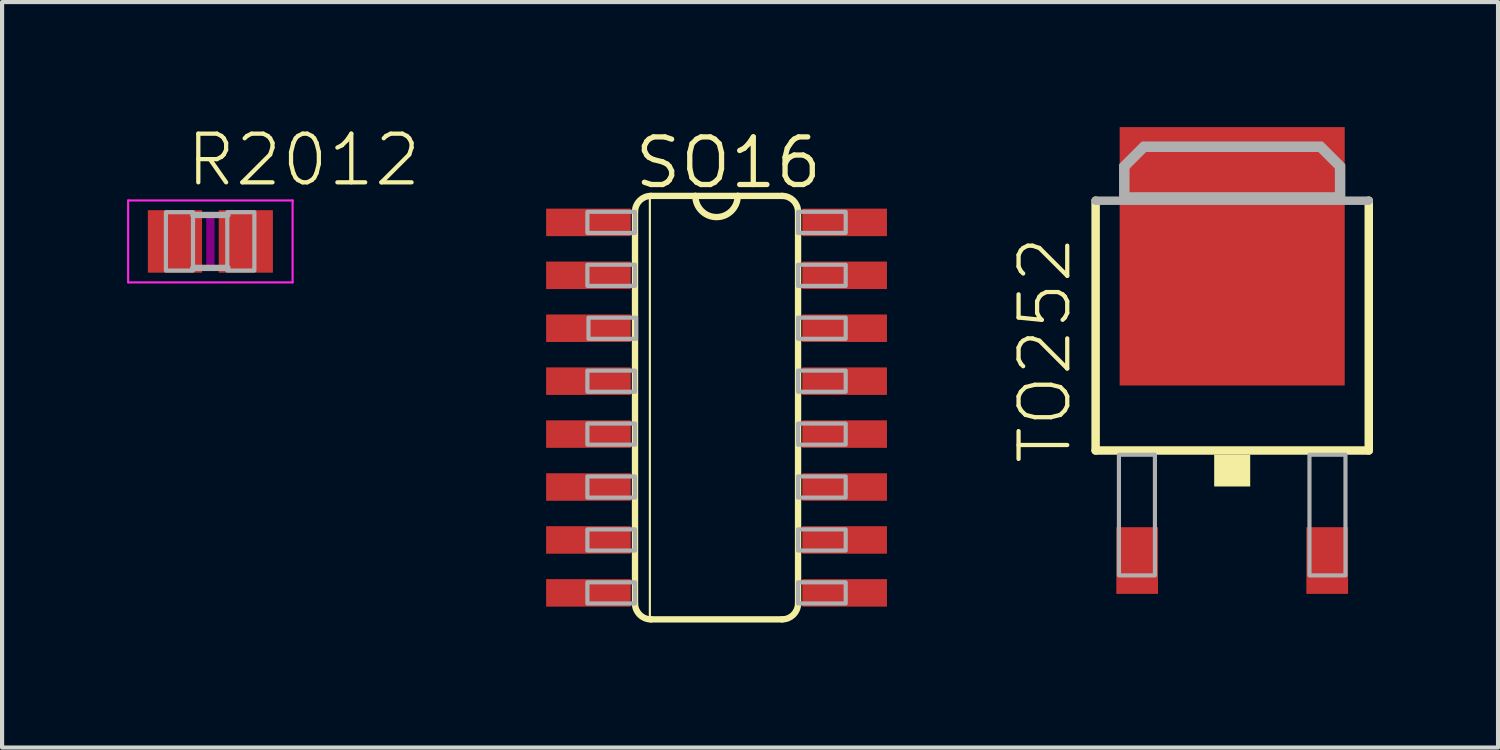
<source format=kicad_pcb>
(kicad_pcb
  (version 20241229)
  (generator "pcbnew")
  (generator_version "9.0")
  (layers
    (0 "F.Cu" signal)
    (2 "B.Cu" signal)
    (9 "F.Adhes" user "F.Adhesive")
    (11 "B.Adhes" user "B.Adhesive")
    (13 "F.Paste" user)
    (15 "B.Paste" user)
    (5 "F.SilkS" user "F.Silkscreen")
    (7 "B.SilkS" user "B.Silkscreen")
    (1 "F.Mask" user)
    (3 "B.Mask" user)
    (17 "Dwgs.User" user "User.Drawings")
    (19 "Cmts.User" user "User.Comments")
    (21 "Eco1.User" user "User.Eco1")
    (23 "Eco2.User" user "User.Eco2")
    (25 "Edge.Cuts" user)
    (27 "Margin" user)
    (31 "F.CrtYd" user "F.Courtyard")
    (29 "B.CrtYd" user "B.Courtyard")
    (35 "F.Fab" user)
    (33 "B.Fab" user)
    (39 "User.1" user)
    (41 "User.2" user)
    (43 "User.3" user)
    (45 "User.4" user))
  (footprint "SO16"
    (layer "F.Cu")
    (at 11.603 2.286)
    (property "Reference" "SO16" (at 0.508 -0.762 0) (layer "F.SilkS") (effects (font (size 1.143 1.143) (thickness 0.127)) (justify left bottom)))
    (fp_line (start 0.584 -0.254) (end 0.584 9.144) (stroke (width 0.152) (type solid)) (layer "F.SilkS"))
    (fp_line (start 0.94 -0.635) (end 0.94 9.525) (stroke (width 0.051) (type solid)) (layer "F.SilkS"))
    (fp_line (start 0.965 9.525) (end 4.115 9.525) (stroke (width 0.152) (type solid)) (layer "F.SilkS"))
    (fp_line (start 2.032 -0.635) (end 0.965 -0.635) (stroke (width 0.152) (type solid)) (layer "F.SilkS"))
    (fp_line (start 3.048 -0.635) (end 2.032 -0.635) (stroke (width 0.152) (type solid)) (layer "F.SilkS"))
    (fp_line (start 4.115 -0.635) (end 3.048 -0.635) (stroke (width 0.152) (type solid)) (layer "F.SilkS"))
    (fp_line (start 4.496 9.144) (end 4.496 -0.254) (stroke (width 0.152) (type solid)) (layer "F.SilkS"))
    (fp_arc (start 0.584199 -0.253999) (mid 0.695792 -0.523407) (end 0.9652 -0.635) (stroke (width 0.1524) (type solid)) (layer "F.SilkS"))
    (fp_arc (start 0.9652 9.525) (mid 0.695792 9.413408) (end 0.5842 9.144) (stroke (width 0.1524) (type solid)) (layer "F.SilkS"))
    (fp_arc (start 3.048 -0.635) (mid 2.54 -0.127) (end 2.032 -0.635) (stroke (width 0.1524) (type solid)) (layer "F.SilkS"))
    (fp_arc (start 4.1148 -0.635) (mid 4.384208 -0.523407) (end 4.495801 -0.253999) (stroke (width 0.1524) (type solid)) (layer "F.SilkS"))
    (fp_arc (start 4.4958 9.144) (mid 4.384208 9.413408) (end 4.1148 9.525) (stroke (width 0.1524) (type solid)) (layer "F.SilkS"))
    (fp_poly (pts (xy -0.559 -0.254) (xy -0.559 0.254) (xy 0.584 0.254) (xy 0.584 -0.254)) (stroke (width 0.1) (type solid)) (fill no) (layer "F.Fab"))
    (fp_poly (pts (xy -0.559 1.016) (xy -0.559 1.524) (xy 0.584 1.524) (xy 0.584 1.016)) (stroke (width 0.1) (type solid)) (fill no) (layer "F.Fab"))
    (fp_poly (pts (xy -0.559 3.556) (xy -0.559 4.064) (xy 0.584 4.064) (xy 0.584 3.556)) (stroke (width 0.1) (type solid)) (fill no) (layer "F.Fab"))
    (fp_poly (pts (xy -0.559 4.826) (xy -0.559 5.334) (xy 0.584 5.334) (xy 0.584 4.826)) (stroke (width 0.1) (type solid)) (fill no) (layer "F.Fab"))
    (fp_poly (pts (xy -0.559 6.096) (xy -0.559 6.604) (xy 0.584 6.604) (xy 0.584 6.096)) (stroke (width 0.1) (type solid)) (fill no) (layer "F.Fab"))
    (fp_poly (pts (xy -0.559 7.366) (xy -0.559 7.874) (xy 0.584 7.874) (xy 0.584 7.366)) (stroke (width 0.1) (type solid)) (fill no) (layer "F.Fab"))
    (fp_poly (pts (xy -0.559 8.636) (xy -0.559 9.144) (xy 0.584 9.144) (xy 0.584 8.636)) (stroke (width 0.1) (type solid)) (fill no) (layer "F.Fab"))
    (fp_poly (pts (xy -0.533 2.286) (xy -0.533 2.794) (xy 0.61 2.794) (xy 0.61 2.286)) (stroke (width 0.1) (type solid)) (fill no) (layer "F.Fab"))
    (fp_poly (pts (xy 4.496 -0.254) (xy 4.496 0.254) (xy 5.639 0.254) (xy 5.639 -0.254)) (stroke (width 0.1) (type solid)) (fill no) (layer "F.Fab"))
    (fp_poly (pts (xy 4.496 1.016) (xy 4.496 1.524) (xy 5.639 1.524) (xy 5.639 1.016)) (stroke (width 0.1) (type solid)) (fill no) (layer "F.Fab"))
    (fp_poly (pts (xy 4.496 2.286) (xy 4.496 2.794) (xy 5.639 2.794) (xy 5.639 2.286)) (stroke (width 0.1) (type solid)) (fill no) (layer "F.Fab"))
    (fp_poly (pts (xy 4.496 3.556) (xy 4.496 4.064) (xy 5.639 4.064) (xy 5.639 3.556)) (stroke (width 0.1) (type solid)) (fill no) (layer "F.Fab"))
    (fp_poly (pts (xy 4.496 4.826) (xy 4.496 5.334) (xy 5.639 5.334) (xy 5.639 4.826)) (stroke (width 0.1) (type solid)) (fill no) (layer "F.Fab"))
    (fp_poly (pts (xy 4.496 6.096) (xy 4.496 6.604) (xy 5.639 6.604) (xy 5.639 6.096)) (stroke (width 0.1) (type solid)) (fill no) (layer "F.Fab"))
    (fp_poly (pts (xy 4.496 7.366) (xy 4.496 7.874) (xy 5.639 7.874) (xy 5.639 7.366)) (stroke (width 0.1) (type solid)) (fill no) (layer "F.Fab"))
    (fp_poly (pts (xy 4.496 8.636) (xy 4.496 9.144) (xy 5.639 9.144) (xy 5.639 8.636)) (stroke (width 0.1) (type solid)) (fill no) (layer "F.Fab"))
    (pad "DIS" smd rect (at -0.533 5.08 270) (size 0.66 2.032) (layers "F.Cu" "F.Mask" "F.Paste"))
    (pad "LGND" smd rect (at -0.533 3.81 270) (size 0.66 2.032) (layers "F.Cu" "F.Mask" "F.Paste"))
    (pad "NC1" smd rect (at -0.533 6.35 270) (size 0.66 2.032) (layers "F.Cu" "F.Mask" "F.Paste"))
    (pad "NC2" smd rect (at -0.533 7.62 270) (size 0.66 2.032) (layers "F.Cu" "F.Mask" "F.Paste"))
    (pad "NC3" smd rect (at 5.613 5.08 270) (size 0.66 2.032) (layers "F.Cu" "F.Mask" "F.Paste"))
    (pad "NC4" smd rect (at 5.613 3.81 270) (size 0.66 2.032) (layers "F.Cu" "F.Mask" "F.Paste"))
    (pad "PGND" smd rect (at 5.613 8.89 270) (size 0.66 2.032) (layers "F.Cu" "F.Mask" "F.Paste"))
    (pad "VCC1" smd rect (at -0.533 2.54 270) (size 0.66 2.032) (layers "F.Cu" "F.Mask" "F.Paste"))
    (pad "VCC2" smd rect (at -0.533 8.89 270) (size 0.66 2.032) (layers "F.Cu" "F.Mask" "F.Paste"))
    (pad "VDDH" smd rect (at 5.613 0 270) (size 0.66 2.032) (layers "F.Cu" "F.Mask" "F.Paste"))
    (pad "VDDL" smd rect (at 5.613 6.35 270) (size 0.66 2.032) (layers "F.Cu" "F.Mask" "F.Paste"))
    (pad "VIH" smd rect (at -0.533 0 270) (size 0.66 2.032) (layers "F.Cu" "F.Mask" "F.Paste"))
    (pad "VIL" smd rect (at -0.533 1.27 270) (size 0.66 2.032) (layers "F.Cu" "F.Mask" "F.Paste"))
    (pad "VOH" smd rect (at 5.613 1.27 270) (size 0.66 2.032) (layers "F.Cu" "F.Mask" "F.Paste"))
    (pad "VOL" smd rect (at 5.613 7.62 270) (size 0.66 2.032) (layers "F.Cu" "F.Mask" "F.Paste"))
    (pad "VS" smd rect (at 5.613 2.54 270) (size 0.66 2.032) (layers "F.Cu" "F.Mask" "F.Paste")))
  (footprint "R2012"
    (layer "F.Cu")
    (at 1.998 2.743)
    (property "Reference" "R2012" (at -0.635 -1.27 0) (layer "F.SilkS") (effects (font (size 1.168 1.168) (thickness 0.102)) (justify left bottom)))
    (fp_poly (pts (xy -0.1 0.6) (xy 0.1 0.6) (xy 0.1 -0.6) (xy -0.1 -0.6)) (stroke (width 0) (type solid)) (fill yes) (layer "F.Adhes"))
    (fp_line (start -1.973 -0.983) (end 1.973 -0.983) (stroke (width 0.051) (type solid)) (layer "F.CrtYd"))
    (fp_line (start -1.973 0.983) (end -1.973 -0.983) (stroke (width 0.051) (type solid)) (layer "F.CrtYd"))
    (fp_line (start 1.973 -0.983) (end 1.973 0.983) (stroke (width 0.051) (type solid)) (layer "F.CrtYd"))
    (fp_line (start 1.973 0.983) (end -1.973 0.983) (stroke (width 0.051) (type solid)) (layer "F.CrtYd"))
    (fp_line (start -0.41 -0.635) (end 0.41 -0.635) (stroke (width 0.152) (type solid)) (layer "F.Fab"))
    (fp_line (start -0.41 0.635) (end 0.41 0.635) (stroke (width 0.152) (type solid)) (layer "F.Fab"))
    (fp_poly (pts (xy -1.067 0.699) (xy -0.417 0.699) (xy -0.417 -0.702) (xy -1.067 -0.702)) (stroke (width 0.1) (type solid)) (fill no) (layer "F.Fab"))
    (fp_poly (pts (xy 0.406 0.699) (xy 1.056 0.699) (xy 1.056 -0.702) (xy 0.406 -0.702)) (stroke (width 0.1) (type solid)) (fill no) (layer "F.Fab"))
    (pad "1" smd rect (at -0.85 0) (size 1.3 1.5) (layers "F.Cu" "F.Mask" "F.Paste"))
    (pad "2" smd rect (at 0.85 0) (size 1.3 1.5) (layers "F.Cu" "F.Mask" "F.Paste")))
  (footprint "TO252"
    (layer "F.Cu")
    (at 26.516 5.6)
    (property "Reference" "TO252" (at -3.81 2.54 90) (layer "F.SilkS") (effects (font (size 1.168 1.168) (thickness 0.102)) (justify left bottom)))
    (fp_line (start -3.277 2.159) (end -3.277 -3.835) (stroke (width 0.203) (type solid)) (layer "F.SilkS"))
    (fp_line (start 3.277 -3.835) (end 3.277 2.159) (stroke (width 0.203) (type solid)) (layer "F.SilkS"))
    (fp_line (start 3.277 2.159) (end -3.277 2.159) (stroke (width 0.203) (type solid)) (layer "F.SilkS"))
    (fp_poly (pts (xy -0.432 3.023) (xy 0.432 3.023) (xy 0.432 2.261) (xy -0.432 2.261)) (stroke (width 0) (type solid)) (fill yes) (layer "F.SilkS"))
    (fp_line (start -3.277 -3.835) (end 3.277 -3.835) (stroke (width 0.203) (type solid)) (layer "F.Fab"))
    (fp_line (start -2.565 -4.648) (end -2.108 -5.105) (stroke (width 0.203) (type solid)) (layer "F.Fab"))
    (fp_line (start -2.565 -3.937) (end -2.565 -4.648) (stroke (width 0.203) (type solid)) (layer "F.Fab"))
    (fp_line (start -2.108 -5.105) (end 2.108 -5.105) (stroke (width 0.203) (type solid)) (layer "F.Fab"))
    (fp_line (start 2.108 -5.105) (end 2.565 -4.648) (stroke (width 0.203) (type solid)) (layer "F.Fab"))
    (fp_line (start 2.565 -4.648) (end 2.565 -3.937) (stroke (width 0.203) (type solid)) (layer "F.Fab"))
    (fp_line (start 2.565 -3.937) (end -2.565 -3.937) (stroke (width 0.203) (type solid)) (layer "F.Fab"))
    (fp_poly (pts (xy -2.718 5.156) (xy -1.854 5.156) (xy -1.854 2.261) (xy -2.718 2.261)) (stroke (width 0.1) (type solid)) (fill no) (layer "F.Fab"))
    (fp_poly (pts (xy 1.854 5.156) (xy 2.718 5.156) (xy 2.718 2.261) (xy 1.854 2.261)) (stroke (width 0.1) (type solid)) (fill no) (layer "F.Fab"))
    (fp_poly (pts (xy 2.665 -4.69) (xy 2.665 -3.837) (xy -2.665 -3.837) (xy -2.665 -4.69) (xy -2.15 -5.205) (xy 2.15 -5.205)) (stroke (width 0.1) (type solid)) (fill no) (layer "F.Fab"))
    (pad "1" smd rect (at -2.28 4.8) (size 1 1.6) (layers "F.Cu" "F.Mask" "F.Paste"))
    (pad "3" smd rect (at 2.28 4.8) (size 1 1.6) (layers "F.Cu" "F.Mask" "F.Paste"))
    (pad "4" smd rect (at 0 -2.5) (size 5.4 6.2) (layers "F.Cu" "F.Mask" "F.Paste")))
  (gr_rect
    (start -3 -3)
    (end 32.895 14.887)
    (stroke (width 0.1) (type default))
    (fill no)
    (layer "Edge.Cuts")))
</source>
